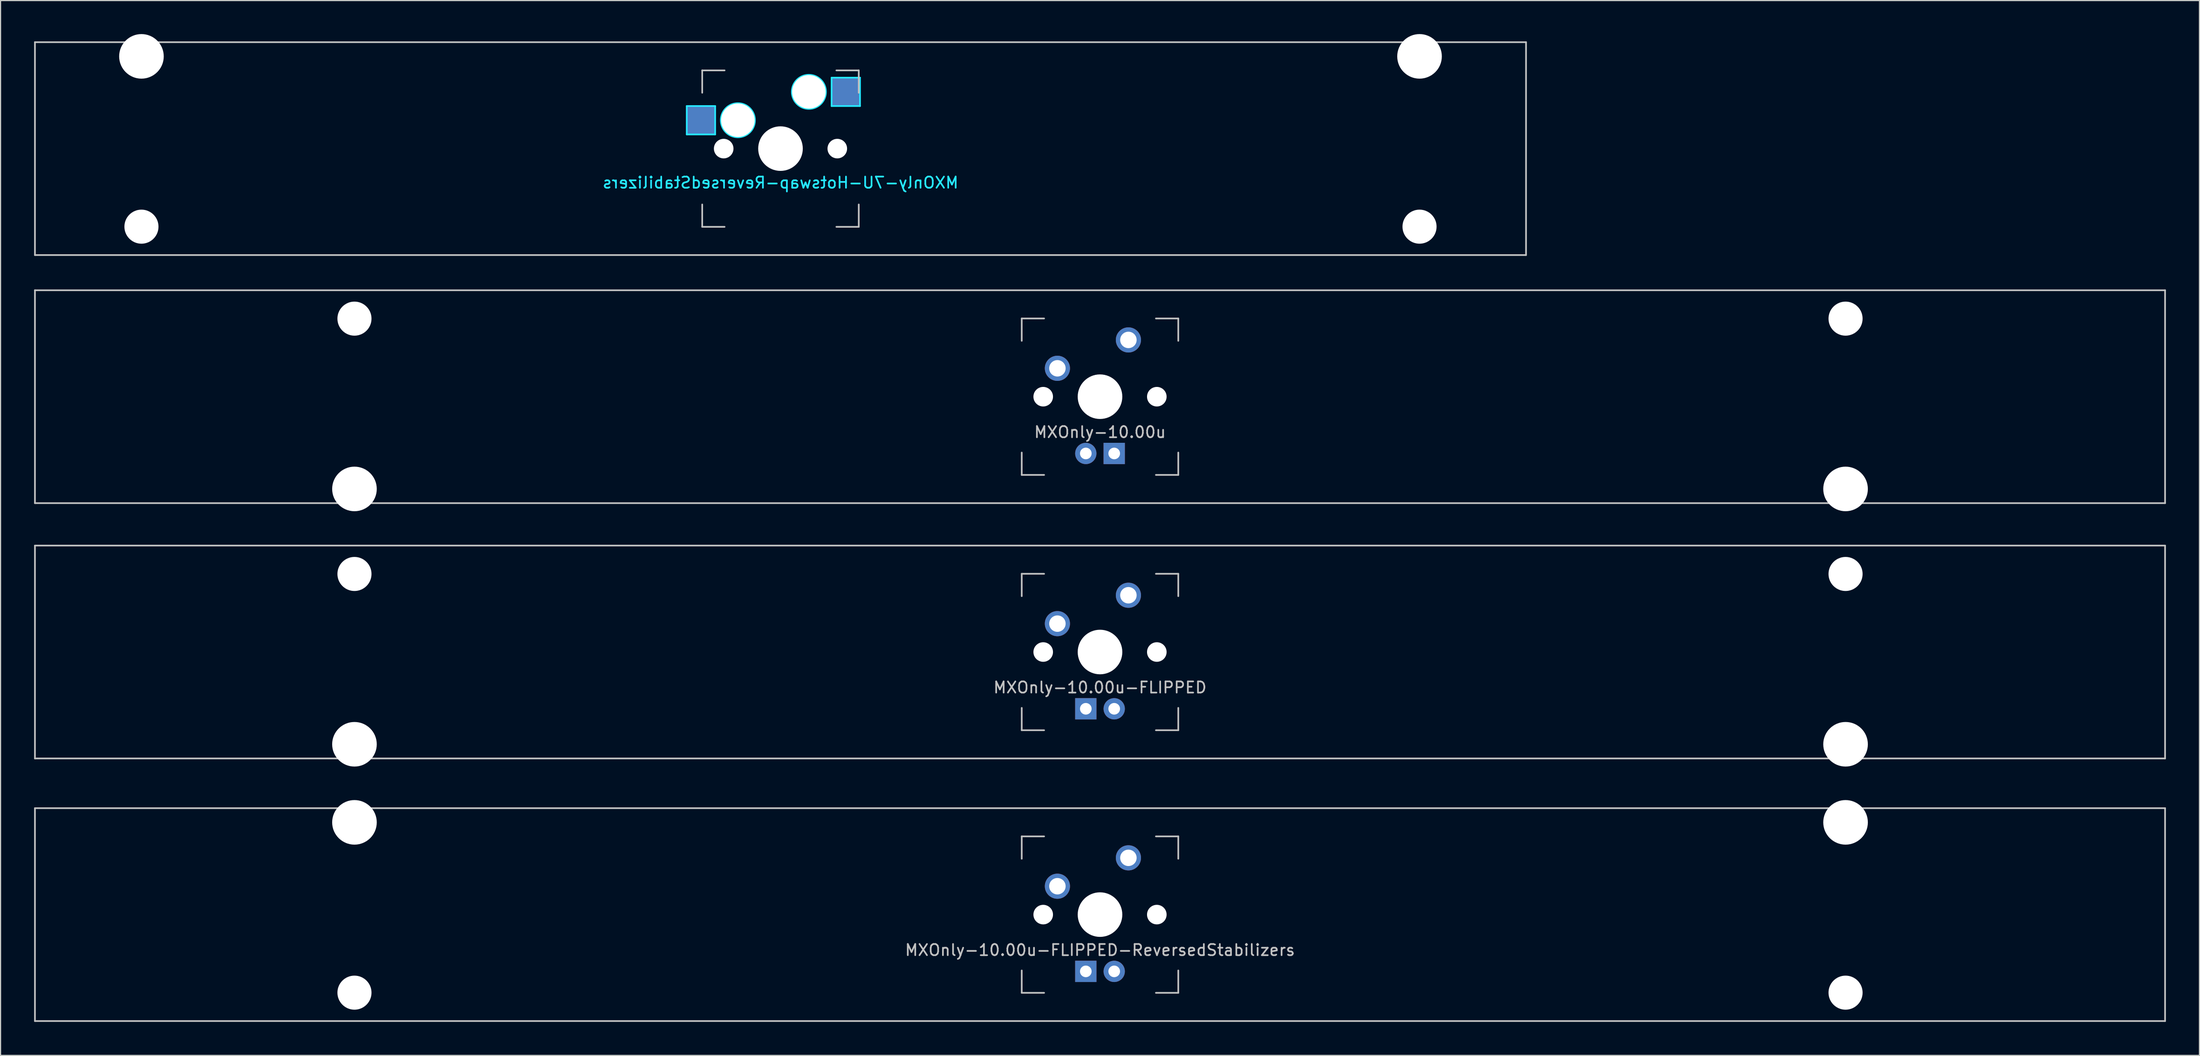
<source format=kicad_pcb>
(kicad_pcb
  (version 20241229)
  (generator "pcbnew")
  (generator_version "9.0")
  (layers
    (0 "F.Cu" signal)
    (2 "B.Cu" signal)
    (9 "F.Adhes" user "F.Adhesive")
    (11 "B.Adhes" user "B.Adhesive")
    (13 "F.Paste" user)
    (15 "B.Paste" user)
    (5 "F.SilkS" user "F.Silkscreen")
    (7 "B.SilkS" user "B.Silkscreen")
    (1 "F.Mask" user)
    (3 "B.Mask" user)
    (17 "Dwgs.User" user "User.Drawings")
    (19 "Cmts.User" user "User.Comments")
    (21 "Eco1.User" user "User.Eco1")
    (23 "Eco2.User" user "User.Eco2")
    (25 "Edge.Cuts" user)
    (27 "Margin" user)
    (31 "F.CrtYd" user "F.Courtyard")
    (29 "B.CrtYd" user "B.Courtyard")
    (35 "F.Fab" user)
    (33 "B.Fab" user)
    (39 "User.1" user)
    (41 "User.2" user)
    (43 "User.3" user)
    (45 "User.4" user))
  (footprint "MXOnly-10.00u-FLIPPED-ReversedStabilizers"
    (layer "F.Cu")
    (at 95.325 78.796)
    (property "Reference" "MXOnly-10.00u-FLIPPED-ReversedStabilizers" (at 0 3.175 0) (layer "Dwgs.User") (effects (font (size 1 1) (thickness 0.15))))
    (attr through_hole)
    (fp_line (start -95.25 -9.525) (end 95.25 -9.525) (stroke (width 0.15) (type solid)) (layer "Dwgs.User"))
    (fp_line (start -95.25 9.525) (end -95.25 -9.525) (stroke (width 0.15) (type solid)) (layer "Dwgs.User"))
    (fp_line (start -95.25 9.525) (end 95.25 9.525) (stroke (width 0.15) (type solid)) (layer "Dwgs.User"))
    (fp_line (start -7 -7) (end -7 -5) (stroke (width 0.15) (type solid)) (layer "Dwgs.User"))
    (fp_line (start -7 5) (end -7 7) (stroke (width 0.15) (type solid)) (layer "Dwgs.User"))
    (fp_line (start -7 7) (end -5 7) (stroke (width 0.15) (type solid)) (layer "Dwgs.User"))
    (fp_line (start -5 -7) (end -7 -7) (stroke (width 0.15) (type solid)) (layer "Dwgs.User"))
    (fp_line (start 5 -7) (end 7 -7) (stroke (width 0.15) (type solid)) (layer "Dwgs.User"))
    (fp_line (start 5 7) (end 7 7) (stroke (width 0.15) (type solid)) (layer "Dwgs.User"))
    (fp_line (start 7 -7) (end 7 -5) (stroke (width 0.15) (type solid)) (layer "Dwgs.User"))
    (fp_line (start 7 7) (end 7 5) (stroke (width 0.15) (type solid)) (layer "Dwgs.User"))
    (fp_line (start 95.25 -9.525) (end 95.25 9.525) (stroke (width 0.15) (type solid)) (layer "Dwgs.User"))
    (pad "" np_thru_hole circle (at -66.675 -8.255 180) (size 3.988 3.988) (drill 3.988) (layers "*.Cu" "*.Mask"))
    (pad "" np_thru_hole circle (at -66.675 6.985 180) (size 3.048 3.048) (drill 3.048) (layers "*.Cu" "*.Mask"))
    (pad "" np_thru_hole circle (at -5.08 0 48.1) (size 1.75 1.75) (drill 1.75) (layers "*.Cu" "*.Mask"))
    (pad "" np_thru_hole circle (at 0 0) (size 3.988 3.988) (drill 3.988) (layers "*.Cu" "*.Mask"))
    (pad "" np_thru_hole circle (at 5.08 0 48.1) (size 1.75 1.75) (drill 1.75) (layers "*.Cu" "*.Mask"))
    (pad "" np_thru_hole circle (at 66.675 -8.255 180) (size 3.988 3.988) (drill 3.988) (layers "*.Cu" "*.Mask"))
    (pad "" np_thru_hole circle (at 66.675 6.985 180) (size 3.048 3.048) (drill 3.048) (layers "*.Cu" "*.Mask"))
    (pad "1" thru_hole circle (at -3.81 -2.54) (size 2.25 2.25) (drill 1.47) (layers "*.Cu" "B.Mask"))
    (pad "2" thru_hole circle (at 2.54 -5.08) (size 2.25 2.25) (drill 1.47) (layers "*.Cu" "B.Mask"))
    (pad "3" thru_hole circle (at 1.27 5.08) (size 1.905 1.905) (drill 1.04) (layers "*.Cu" "B.Mask"))
    (pad "4" thru_hole rect (at -1.27 5.08) (size 1.905 1.905) (drill 1.04) (layers "*.Cu" "B.Mask")))
  (footprint "MXOnly-7U-Hotswap-ReversedStabilizers"
    (layer "F.Cu")
    (at 66.75 10.249)
    (property "Reference" "MXOnly-7U-Hotswap-ReversedStabilizers" (at 0 3.048 0) (layer "B.CrtYd") (effects (font (size 1 1) (thickness 0.15)) (justify mirror)))
    (attr smd)
    (fp_line (start -66.675 -9.525) (end 66.675 -9.525) (stroke (width 0.15) (type solid)) (layer "Dwgs.User"))
    (fp_line (start -66.675 9.525) (end -66.675 -9.525) (stroke (width 0.15) (type solid)) (layer "Dwgs.User"))
    (fp_line (start -7 -7) (end -7 -5) (stroke (width 0.15) (type solid)) (layer "Dwgs.User"))
    (fp_line (start -7 5) (end -7 7) (stroke (width 0.15) (type solid)) (layer "Dwgs.User"))
    (fp_line (start -7 7) (end -5 7) (stroke (width 0.15) (type solid)) (layer "Dwgs.User"))
    (fp_line (start -5 -7) (end -7 -7) (stroke (width 0.15) (type solid)) (layer "Dwgs.User"))
    (fp_line (start 5 -7) (end 7 -7) (stroke (width 0.15) (type solid)) (layer "Dwgs.User"))
    (fp_line (start 5 7) (end 7 7) (stroke (width 0.15) (type solid)) (layer "Dwgs.User"))
    (fp_line (start 7 -7) (end 7 -5) (stroke (width 0.15) (type solid)) (layer "Dwgs.User"))
    (fp_line (start 7 7) (end 7 5) (stroke (width 0.15) (type solid)) (layer "Dwgs.User"))
    (fp_line (start 66.675 -9.525) (end 66.675 9.525) (stroke (width 0.15) (type solid)) (layer "Dwgs.User"))
    (fp_line (start 66.675 9.525) (end -66.675 9.525) (stroke (width 0.15) (type solid)) (layer "Dwgs.User"))
    (fp_line (start -8.382 -3.81) (end -5.842 -3.81) (stroke (width 0.15) (type solid)) (layer "B.CrtYd"))
    (fp_line (start -8.382 -1.27) (end -8.382 -3.81) (stroke (width 0.15) (type solid)) (layer "B.CrtYd"))
    (fp_line (start -5.842 -3.81) (end -5.842 -1.27) (stroke (width 0.15) (type solid)) (layer "B.CrtYd"))
    (fp_line (start -5.842 -1.27) (end -8.382 -1.27) (stroke (width 0.15) (type solid)) (layer "B.CrtYd"))
    (fp_line (start 4.572 -6.35) (end 7.112 -6.35) (stroke (width 0.15) (type solid)) (layer "B.CrtYd"))
    (fp_line (start 4.572 -3.81) (end 4.572 -6.35) (stroke (width 0.15) (type solid)) (layer "B.CrtYd"))
    (fp_line (start 7.112 -6.35) (end 7.112 -3.81) (stroke (width 0.15) (type solid)) (layer "B.CrtYd"))
    (fp_line (start 7.112 -3.81) (end 4.572 -3.81) (stroke (width 0.15) (type solid)) (layer "B.CrtYd"))
    (fp_circle (center -3.81 -2.54) (end -3.81 -4.064) (stroke (width 0.15) (type solid)) (fill no) (layer "B.CrtYd"))
    (fp_circle (center 2.54 -5.08) (end 2.54 -6.604) (stroke (width 0.15) (type solid)) (fill no) (layer "B.CrtYd"))
    (pad "" np_thru_hole circle (at -57.15 -8.255) (size 3.988 3.988) (drill 3.988) (layers "*.Cu" "*.Mask"))
    (pad "" np_thru_hole circle (at -57.15 6.985) (size 3.048 3.048) (drill 3.048) (layers "*.Cu" "*.Mask"))
    (pad "" np_thru_hole circle (at -5.08 0 48.1) (size 1.75 1.75) (drill 1.75) (layers "*.Cu" "*.Mask"))
    (pad "" np_thru_hole circle (at -3.81 -2.54) (size 3 3) (drill 3) (layers "*.Cu" "*.Mask"))
    (pad "" np_thru_hole circle (at 0 0) (size 3.988 3.988) (drill 3.988) (layers "*.Cu" "*.Mask"))
    (pad "" np_thru_hole circle (at 2.54 -5.08) (size 3 3) (drill 3) (layers "*.Cu" "*.Mask"))
    (pad "" np_thru_hole circle (at 5.08 0 48.1) (size 1.75 1.75) (drill 1.75) (layers "*.Cu" "*.Mask"))
    (pad "" np_thru_hole circle (at 57.15 -8.255) (size 3.988 3.988) (drill 3.988) (layers "*.Cu" "*.Mask"))
    (pad "" np_thru_hole circle (at 57.15 6.985) (size 3.048 3.048) (drill 3.048) (layers "*.Cu" "*.Mask"))
    (pad "1" smd rect (at -7.085 -2.54) (size 2.55 2.5) (layers "B.Cu" "B.Mask" "B.Paste"))
    (pad "2" smd rect (at 5.842 -5.08) (size 2.55 2.5) (layers "B.Cu" "B.Mask" "B.Paste")))
  (footprint "MXOnly-10.00u"
    (layer "F.Cu")
    (at 95.325 32.449)
    (property "Reference" "MXOnly-10.00u" (at 0 3.175 0) (layer "Dwgs.User") (effects (font (size 1 1) (thickness 0.15))))
    (attr through_hole)
    (fp_line (start -95.25 -9.525) (end 95.25 -9.525) (stroke (width 0.15) (type solid)) (layer "Dwgs.User"))
    (fp_line (start -95.25 9.525) (end -95.25 -9.525) (stroke (width 0.15) (type solid)) (layer "Dwgs.User"))
    (fp_line (start -95.25 9.525) (end 95.25 9.525) (stroke (width 0.15) (type solid)) (layer "Dwgs.User"))
    (fp_line (start -7 -7) (end -7 -5) (stroke (width 0.15) (type solid)) (layer "Dwgs.User"))
    (fp_line (start -7 5) (end -7 7) (stroke (width 0.15) (type solid)) (layer "Dwgs.User"))
    (fp_line (start -7 7) (end -5 7) (stroke (width 0.15) (type solid)) (layer "Dwgs.User"))
    (fp_line (start -5 -7) (end -7 -7) (stroke (width 0.15) (type solid)) (layer "Dwgs.User"))
    (fp_line (start 5 -7) (end 7 -7) (stroke (width 0.15) (type solid)) (layer "Dwgs.User"))
    (fp_line (start 5 7) (end 7 7) (stroke (width 0.15) (type solid)) (layer "Dwgs.User"))
    (fp_line (start 7 -7) (end 7 -5) (stroke (width 0.15) (type solid)) (layer "Dwgs.User"))
    (fp_line (start 7 7) (end 7 5) (stroke (width 0.15) (type solid)) (layer "Dwgs.User"))
    (fp_line (start 95.25 -9.525) (end 95.25 9.525) (stroke (width 0.15) (type solid)) (layer "Dwgs.User"))
    (pad "" np_thru_hole circle (at -66.675 -6.985) (size 3.048 3.048) (drill 3.048) (layers "*.Cu" "*.Mask"))
    (pad "" np_thru_hole circle (at -66.675 8.255) (size 3.988 3.988) (drill 3.988) (layers "*.Cu" "*.Mask"))
    (pad "" np_thru_hole circle (at -5.08 0 48.1) (size 1.75 1.75) (drill 1.75) (layers "*.Cu" "*.Mask"))
    (pad "" np_thru_hole circle (at 0 0) (size 3.988 3.988) (drill 3.988) (layers "*.Cu" "*.Mask"))
    (pad "" np_thru_hole circle (at 5.08 0 48.1) (size 1.75 1.75) (drill 1.75) (layers "*.Cu" "*.Mask"))
    (pad "" np_thru_hole circle (at 66.675 -6.985) (size 3.048 3.048) (drill 3.048) (layers "*.Cu" "*.Mask"))
    (pad "" np_thru_hole circle (at 66.675 8.255) (size 3.988 3.988) (drill 3.988) (layers "*.Cu" "*.Mask"))
    (pad "1" thru_hole circle (at -3.81 -2.54) (size 2.25 2.25) (drill 1.47) (layers "*.Cu" "B.Mask"))
    (pad "2" thru_hole circle (at 2.54 -5.08) (size 2.25 2.25) (drill 1.47) (layers "*.Cu" "B.Mask"))
    (pad "3" thru_hole circle (at -1.27 5.08) (size 1.905 1.905) (drill 1.04) (layers "*.Cu" "B.Mask"))
    (pad "4" thru_hole rect (at 1.27 5.08) (size 1.905 1.905) (drill 1.04) (layers "*.Cu" "B.Mask")))
  (footprint "MXOnly-10.00u-FLIPPED"
    (layer "F.Cu")
    (at 95.325 55.298)
    (property "Reference" "MXOnly-10.00u-FLIPPED" (at 0 3.175 0) (layer "Dwgs.User") (effects (font (size 1 1) (thickness 0.15))))
    (attr through_hole)
    (fp_line (start -95.25 -9.525) (end 95.25 -9.525) (stroke (width 0.15) (type solid)) (layer "Dwgs.User"))
    (fp_line (start -95.25 9.525) (end -95.25 -9.525) (stroke (width 0.15) (type solid)) (layer "Dwgs.User"))
    (fp_line (start -95.25 9.525) (end 95.25 9.525) (stroke (width 0.15) (type solid)) (layer "Dwgs.User"))
    (fp_line (start -7 -7) (end -7 -5) (stroke (width 0.15) (type solid)) (layer "Dwgs.User"))
    (fp_line (start -7 5) (end -7 7) (stroke (width 0.15) (type solid)) (layer "Dwgs.User"))
    (fp_line (start -7 7) (end -5 7) (stroke (width 0.15) (type solid)) (layer "Dwgs.User"))
    (fp_line (start -5 -7) (end -7 -7) (stroke (width 0.15) (type solid)) (layer "Dwgs.User"))
    (fp_line (start 5 -7) (end 7 -7) (stroke (width 0.15) (type solid)) (layer "Dwgs.User"))
    (fp_line (start 5 7) (end 7 7) (stroke (width 0.15) (type solid)) (layer "Dwgs.User"))
    (fp_line (start 7 -7) (end 7 -5) (stroke (width 0.15) (type solid)) (layer "Dwgs.User"))
    (fp_line (start 7 7) (end 7 5) (stroke (width 0.15) (type solid)) (layer "Dwgs.User"))
    (fp_line (start 95.25 -9.525) (end 95.25 9.525) (stroke (width 0.15) (type solid)) (layer "Dwgs.User"))
    (pad "" np_thru_hole circle (at -66.675 -6.985) (size 3.048 3.048) (drill 3.048) (layers "*.Cu" "*.Mask"))
    (pad "" np_thru_hole circle (at -66.675 8.255) (size 3.988 3.988) (drill 3.988) (layers "*.Cu" "*.Mask"))
    (pad "" np_thru_hole circle (at -5.08 0 48.1) (size 1.75 1.75) (drill 1.75) (layers "*.Cu" "*.Mask"))
    (pad "" np_thru_hole circle (at 0 0) (size 3.988 3.988) (drill 3.988) (layers "*.Cu" "*.Mask"))
    (pad "" np_thru_hole circle (at 5.08 0 48.1) (size 1.75 1.75) (drill 1.75) (layers "*.Cu" "*.Mask"))
    (pad "" np_thru_hole circle (at 66.675 -6.985) (size 3.048 3.048) (drill 3.048) (layers "*.Cu" "*.Mask"))
    (pad "" np_thru_hole circle (at 66.675 8.255) (size 3.988 3.988) (drill 3.988) (layers "*.Cu" "*.Mask"))
    (pad "1" thru_hole circle (at -3.81 -2.54) (size 2.25 2.25) (drill 1.47) (layers "*.Cu" "B.Mask"))
    (pad "2" thru_hole circle (at 2.54 -5.08) (size 2.25 2.25) (drill 1.47) (layers "*.Cu" "B.Mask"))
    (pad "3" thru_hole circle (at 1.27 5.08) (size 1.905 1.905) (drill 1.04) (layers "*.Cu" "B.Mask"))
    (pad "4" thru_hole rect (at -1.27 5.08) (size 1.905 1.905) (drill 1.04) (layers "*.Cu" "B.Mask")))
  (gr_rect
    (start -3 -3)
    (end 193.65 91.396)
    (stroke (width 0.1) (type default))
    (fill no)
    (layer "Edge.Cuts")))
</source>
